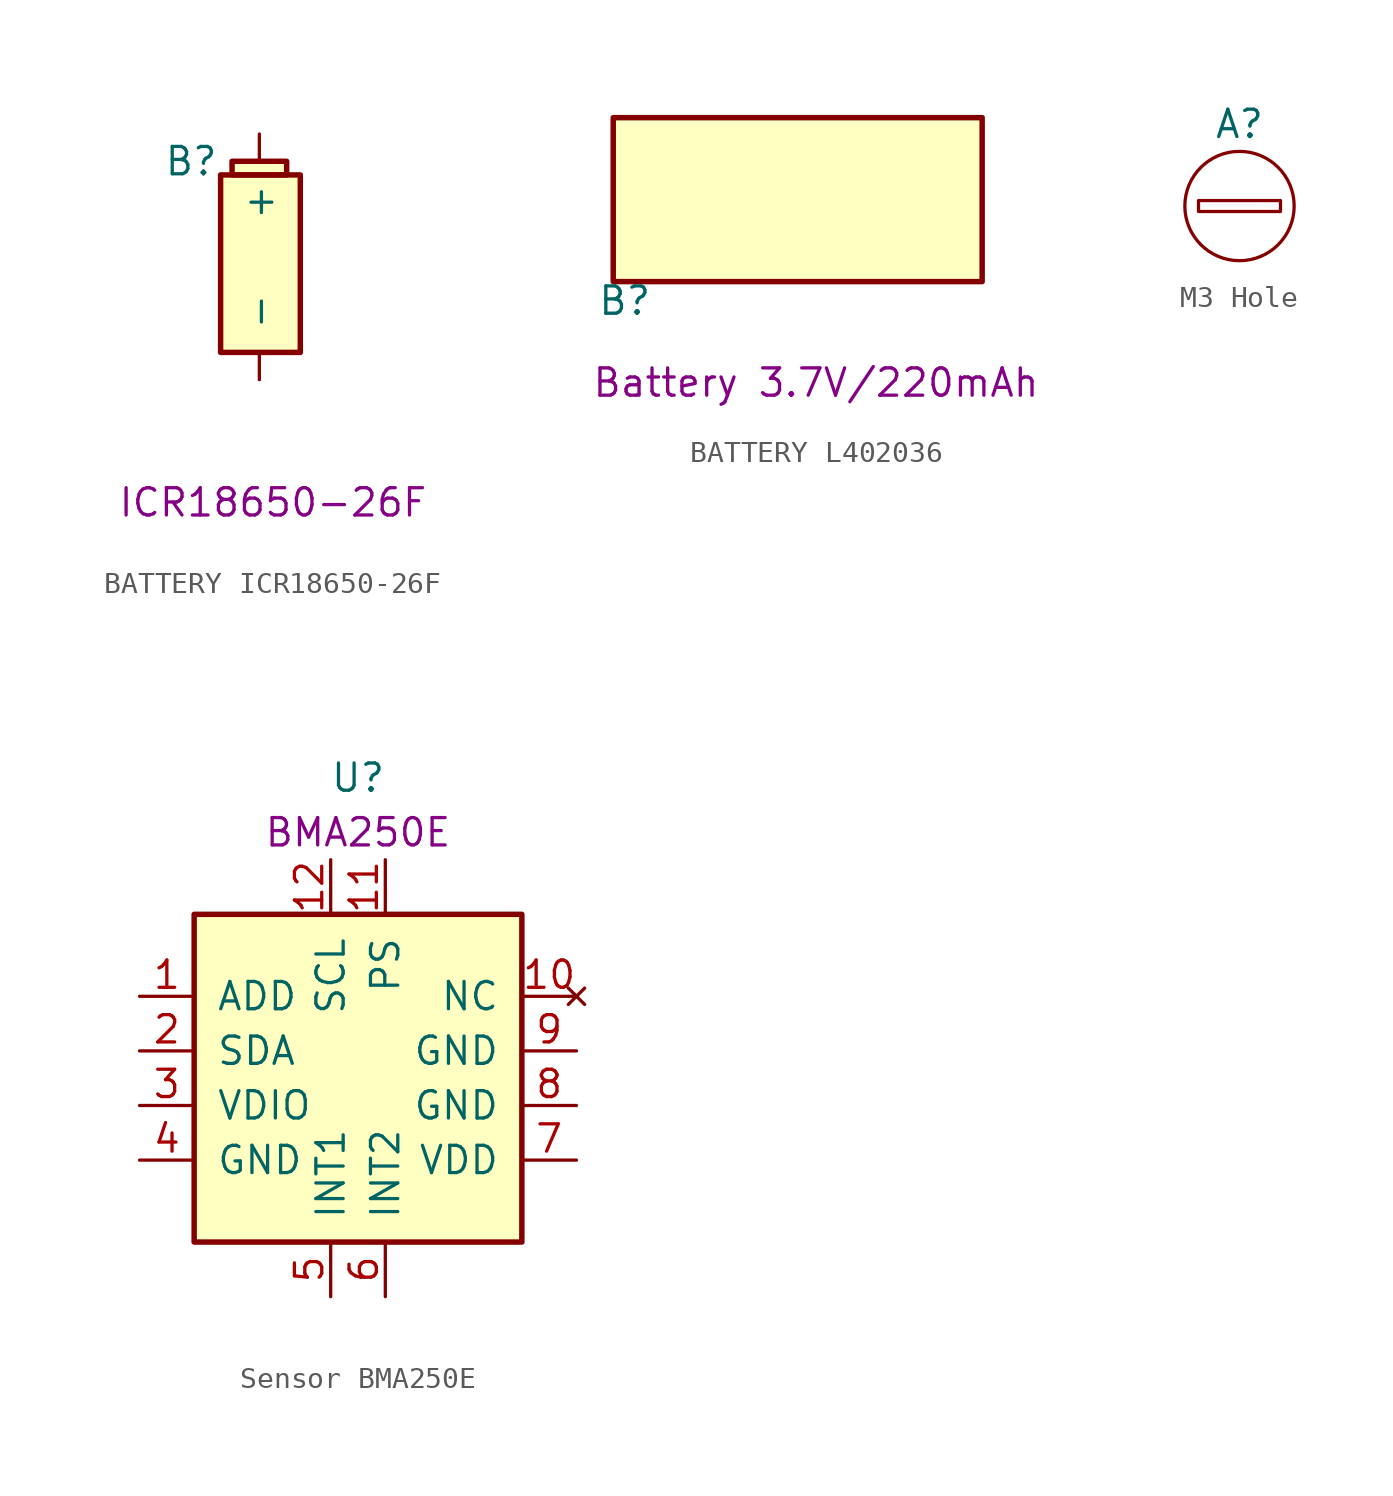
<source format=kicad_sym>
(kicad_symbol_lib
  (version 20211014)
  (generator kicad_symbol_editor)
  (symbol "BATTERY ICR18650-26F"
    (pin_names
      (offset 1.016))
    (property "Reference" "B"
      (at -3.175 5.08 0)
      (effects (font (size 1.27 1.27))))
    (property "Comment" "ICR18650-26F"
      (at 0.635 -10.795 0)
      (effects (font (size 1.27 1.27))))
    (symbol "BATTERY ICR18650-26F_0_1"
      (rectangle (start -1.803 4.445) (end 1.905 -3.81) (stroke (width 0.254) (type default) (color 0 0 0 0)) (fill (type background)))
      (rectangle (start -1.27 5.08) (end 1.27 4.445) (stroke (width 0.254) (type default) (color 0 0 0 0)) (fill (type background))))
    (symbol "BATTERY ICR18650-26F_1_1"
      (pin input line (at 0 6.35 270) (length 1.27) (name "+" (effects (font (size 1.27 1.27)))) (number "~" (effects (font (size 1.27 1.27)))))
      (pin input line (at 0 -5.08 90) (length 1.27) (name "-" (effects (font (size 1.27 1.27)))) (number "~" (effects (font (size 1.27 1.27)))))))
  (symbol "BATTERY L402036"
    (pin_names
      (offset 1.016))
    (property "Reference" "B"
      (at -8.255 -4.445 0)
      (effects (font (size 1.27 1.27))))
    (property "Comment" "Battery 3.7V/220mAh"
      (at 0.635 -8.255 0)
      (effects (font (size 1.27 1.27))))
    (symbol "BATTERY L402036_0_1"
      (rectangle (start -8.788 4.064) (end 8.357 -3.556) (stroke (width 0.254) (type default) (color 0 0 0 0)) (fill (type background)))))
  (symbol "M3 Hole"
    (property "Reference" "A"
      (at 0 3.81 0)
      (effects (font (size 1.27 1.27))))
    (symbol "M3 Hole_0_1"
      (rectangle (start -1.905 0.254) (end 1.905 -0.254) (stroke (width 0.152) (type default) (color 0 0 0 0)) (fill (type none)))
      (circle (center 0 0) (radius 2.54) (stroke (width 0.152) (type default) (color 0 0 0 0)) (fill (type none)))))
  (symbol "Sensor BMA250E"
    (pin_names
      (offset 1.016))
    (property "Reference" "U"
      (at 0 13.97 0)
      (effects (font (size 1.27 1.27))))
    (property "Comment" "BMA250E"
      (at 0 11.43 0)
      (effects (font (size 1.27 1.27))))
    (symbol "Sensor BMA250E_0_1"
      (rectangle (start -7.62 7.62) (end 7.62 -7.62) (stroke (width 0.254) (type default) (color 0 0 0 0)) (fill (type background))))
    (symbol "Sensor BMA250E_1_1"
      (pin input line (at -10.16 3.81 0) (length 2.54) (name "ADD" (effects (font (size 1.27 1.27)))) (number "1" (effects (font (size 1.27 1.27)))))
      (pin no_connect line (at 10.16 3.81 180) (length 2.54) (name "NC" (effects (font (size 1.27 1.27)))) (number "10" (effects (font (size 1.27 1.27)))))
      (pin input line (at 1.27 10.16 270) (length 2.54) (name "PS" (effects (font (size 1.27 1.27)))) (number "11" (effects (font (size 1.27 1.27)))))
      (pin input line (at -1.27 10.16 270) (length 2.54) (name "SCL" (effects (font (size 1.27 1.27)))) (number "12" (effects (font (size 1.27 1.27)))))
      (pin bidirectional line (at -10.16 1.27 0) (length 2.54) (name "SDA" (effects (font (size 1.27 1.27)))) (number "2" (effects (font (size 1.27 1.27)))))
      (pin power_in line (at -10.16 -1.27 0) (length 2.54) (name "VDIO" (effects (font (size 1.27 1.27)))) (number "3" (effects (font (size 1.27 1.27)))))
      (pin power_in line (at -10.16 -3.81 0) (length 2.54) (name "GND" (effects (font (size 1.27 1.27)))) (number "4" (effects (font (size 1.27 1.27)))))
      (pin output line (at -1.27 -10.16 90) (length 2.54) (name "INT1" (effects (font (size 1.27 1.27)))) (number "5" (effects (font (size 1.27 1.27)))))
      (pin output line (at 1.27 -10.16 90) (length 2.54) (name "INT2" (effects (font (size 1.27 1.27)))) (number "6" (effects (font (size 1.27 1.27)))))
      (pin power_in line (at 10.16 -3.81 180) (length 2.54) (name "VDD" (effects (font (size 1.27 1.27)))) (number "7" (effects (font (size 1.27 1.27)))))
      (pin power_in line (at 10.16 -1.27 180) (length 2.54) (name "GND" (effects (font (size 1.27 1.27)))) (number "8" (effects (font (size 1.27 1.27)))))
      (pin power_in line (at 10.16 1.27 180) (length 2.54) (name "GND" (effects (font (size 1.27 1.27)))) (number "9" (effects (font (size 1.27 1.27))))))))
</source>
